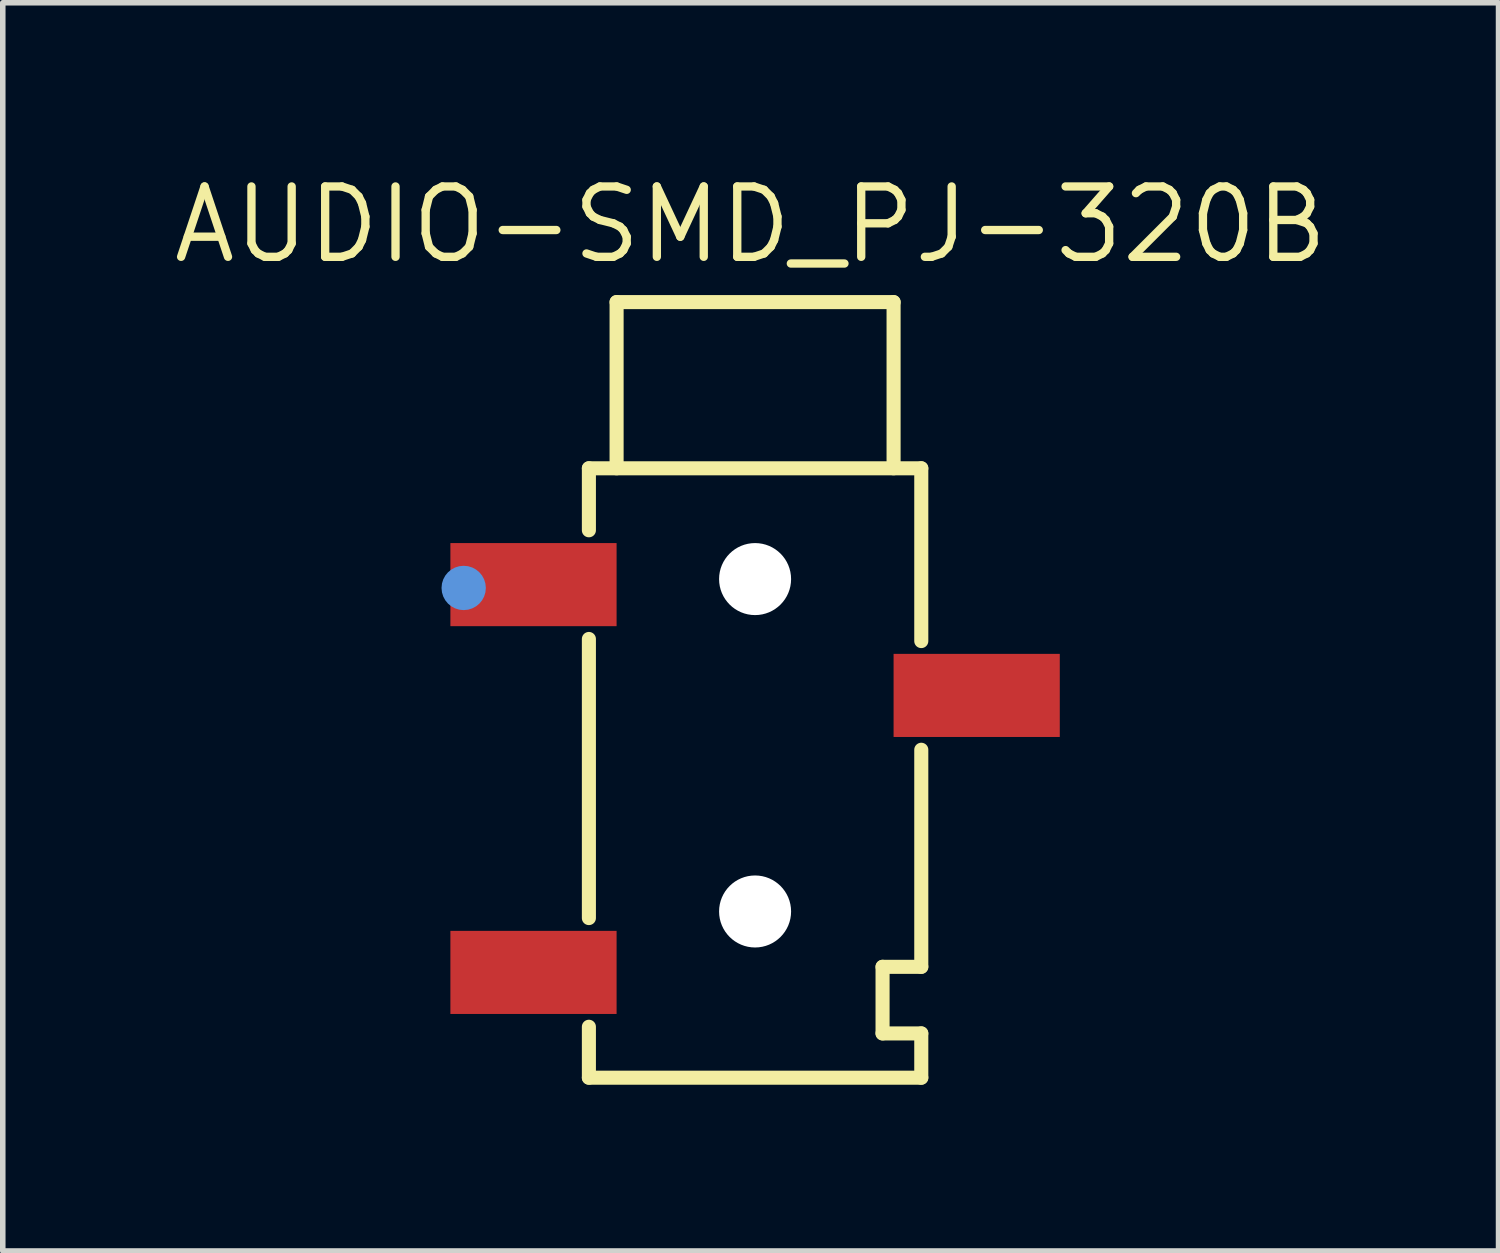
<source format=kicad_pcb>
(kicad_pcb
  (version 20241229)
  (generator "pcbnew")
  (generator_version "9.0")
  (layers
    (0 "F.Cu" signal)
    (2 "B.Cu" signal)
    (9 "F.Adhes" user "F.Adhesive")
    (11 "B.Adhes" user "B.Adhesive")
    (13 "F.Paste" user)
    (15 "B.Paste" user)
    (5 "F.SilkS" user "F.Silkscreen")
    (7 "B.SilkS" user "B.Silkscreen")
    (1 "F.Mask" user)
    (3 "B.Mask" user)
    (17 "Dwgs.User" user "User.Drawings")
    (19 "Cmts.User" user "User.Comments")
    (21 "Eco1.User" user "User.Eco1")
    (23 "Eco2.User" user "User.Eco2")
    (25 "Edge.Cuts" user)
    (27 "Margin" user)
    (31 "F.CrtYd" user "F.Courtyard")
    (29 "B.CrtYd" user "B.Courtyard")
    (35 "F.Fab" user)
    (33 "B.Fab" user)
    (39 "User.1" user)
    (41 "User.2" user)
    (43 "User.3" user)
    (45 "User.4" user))
  (footprint "AUDIO-SMD_PJ-320B"
    (layer "F.Cu")
    (at 10.58 11.003)
    (property "Reference" "AUDIO-SMD_PJ-320B" (at -0.08 -9.997 0) (layer "F.SilkS") (effects (font (size 1.27 1.27) (thickness 0.15))))
    (attr smd)
    (fp_line (start -3 -5.6) (end -3 -4.481) (stroke (width 0.254) (type solid)) (layer "F.SilkS"))
    (fp_line (start -3 -5.6) (end 3 -5.6) (stroke (width 0.254) (type solid)) (layer "F.SilkS"))
    (fp_line (start -3 -2.519) (end -3 2.519) (stroke (width 0.254) (type solid)) (layer "F.SilkS"))
    (fp_line (start -3 4.481) (end -3 5.4) (stroke (width 0.254) (type solid)) (layer "F.SilkS"))
    (fp_line (start -2.5 -8.6) (end 2.5 -8.6) (stroke (width 0.254) (type solid)) (layer "F.SilkS"))
    (fp_line (start -2.5 -5.6) (end -2.5 -8.6) (stroke (width 0.254) (type solid)) (layer "F.SilkS"))
    (fp_line (start 2.301 3.399) (end 2.301 4.601) (stroke (width 0.254) (type solid)) (layer "F.SilkS"))
    (fp_line (start 2.301 4.601) (end 3 4.601) (stroke (width 0.254) (type solid)) (layer "F.SilkS"))
    (fp_line (start 2.5 -5.6) (end 2.5 -8.6) (stroke (width 0.254) (type solid)) (layer "F.SilkS"))
    (fp_line (start 3 -5.6) (end 3 -2.481) (stroke (width 0.254) (type solid)) (layer "F.SilkS"))
    (fp_line (start 3 -0.519) (end 3 3.399) (stroke (width 0.254) (type solid)) (layer "F.SilkS"))
    (fp_line (start 3 3.399) (end 2.301 3.399) (stroke (width 0.254) (type solid)) (layer "F.SilkS"))
    (fp_line (start 3 4.601) (end 3 5.401) (stroke (width 0.254) (type solid)) (layer "F.SilkS"))
    (fp_line (start 3 5.4) (end -3 5.4) (stroke (width 0.254) (type solid)) (layer "F.SilkS"))
    (fp_circle (center -5.26 -3.44) (end -5.06 -3.44) (stroke (width 0.4) (type solid)) (fill no) (layer "Cmts.User"))
    (fp_circle (center 0 -3.6) (end 0.175 -3.6) (stroke (width 0.35) (type solid)) (fill no) (layer "Cmts.User"))
    (fp_circle (center 0 2.4) (end 0.175 2.4) (stroke (width 0.35) (type solid)) (fill no) (layer "Cmts.User"))
    (fp_text user "" (at 0 0 0) (layer "Cmts.User") (effects (font (size 1 1) (thickness 0.15))))
    (pad "" np_thru_hole circle (at 0 -3.6) (size 1.3 1.3) (drill 1.3) (layers "*.Cu" "*.Mask"))
    (pad "" np_thru_hole circle (at 0 2.4) (size 1.3 1.3) (drill 1.3) (layers "*.Cu" "*.Mask"))
    (pad "1" smd rect (at -4 -3.5) (size 3 1.5) (layers "F.Cu" "F.Mask" "F.Paste"))
    (pad "2" smd rect (at 4 -1.5) (size 3 1.5) (layers "F.Cu" "F.Mask" "F.Paste"))
    (pad "3" smd rect (at -4 3.5) (size 3 1.5) (layers "F.Cu" "F.Mask" "F.Paste")))
  (gr_rect
    (start -3 -3)
    (end 24 19.531)
    (stroke (width 0.1) (type default))
    (fill no)
    (layer "Edge.Cuts")))
</source>
